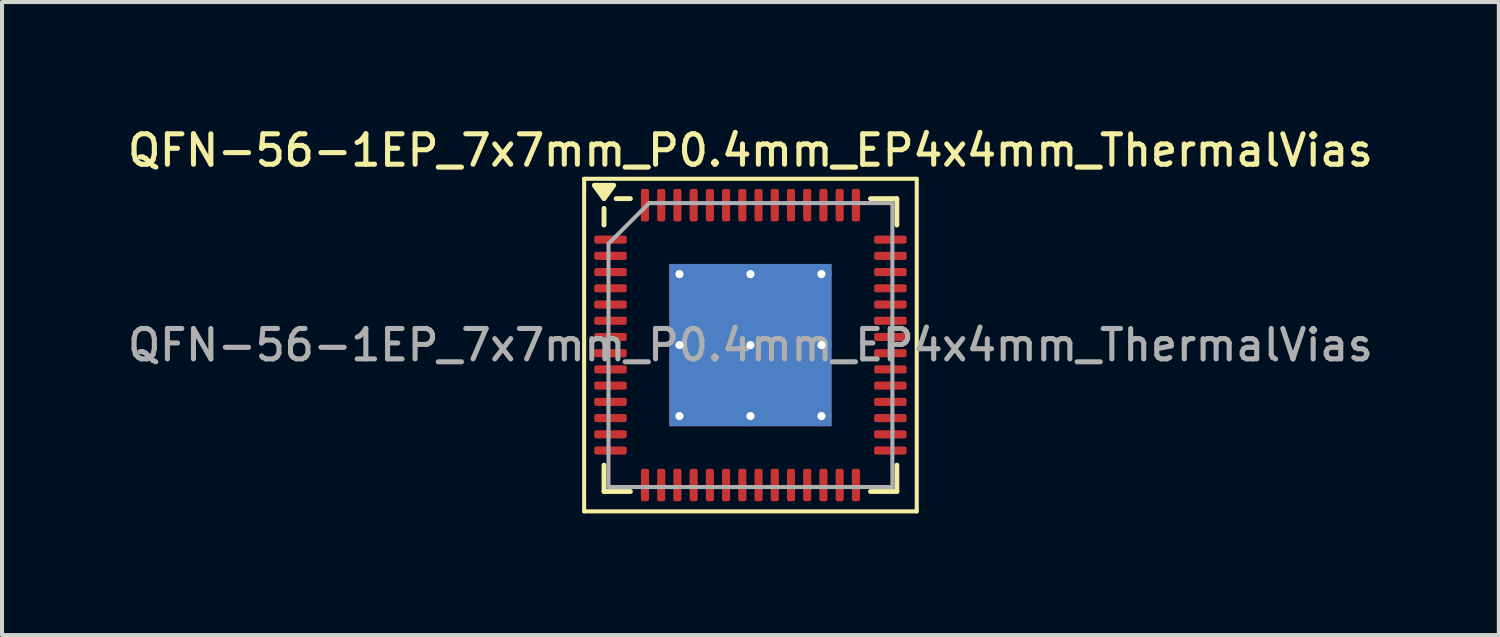
<source format=kicad_pcb>
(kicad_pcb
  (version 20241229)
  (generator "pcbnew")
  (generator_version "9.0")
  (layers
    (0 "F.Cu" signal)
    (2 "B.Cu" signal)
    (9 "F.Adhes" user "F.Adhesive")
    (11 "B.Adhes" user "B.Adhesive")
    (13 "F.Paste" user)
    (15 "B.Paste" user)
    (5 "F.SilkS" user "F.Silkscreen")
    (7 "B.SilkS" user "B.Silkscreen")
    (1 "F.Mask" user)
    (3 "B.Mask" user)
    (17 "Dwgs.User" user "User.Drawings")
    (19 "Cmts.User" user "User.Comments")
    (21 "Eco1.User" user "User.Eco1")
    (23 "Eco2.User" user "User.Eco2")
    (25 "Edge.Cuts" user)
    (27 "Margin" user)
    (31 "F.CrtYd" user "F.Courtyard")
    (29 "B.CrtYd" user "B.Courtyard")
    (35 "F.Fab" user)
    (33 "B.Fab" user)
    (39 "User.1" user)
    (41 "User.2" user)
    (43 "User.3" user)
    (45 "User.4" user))
  (footprint "QFN-56-1EP_7x7mm_P0.4mm_EP4x4mm_ThermalVias"
    (layer "F.Cu")
    (at 15.452 5.458)
    (property "Reference" "QFN-56-1EP_7x7mm_P0.4mm_EP4x4mm_ThermalVias" (at 0 -4.8 0) (layer "F.SilkS") (effects (font (size 0.75 0.75) (thickness 0.125))))
    (attr smd)
    (fp_line (start -4.1 -4.1) (end -4.1 4.1) (stroke (width 0.1) (type solid)) (layer "F.SilkS"))
    (fp_line (start -4.1 4.1) (end 4.1 4.1) (stroke (width 0.1) (type solid)) (layer "F.SilkS"))
    (fp_line (start -3.61 -2.96) (end -3.61 -3.37) (stroke (width 0.12) (type solid)) (layer "F.SilkS"))
    (fp_line (start -3.61 3.61) (end -3.61 2.96) (stroke (width 0.12) (type solid)) (layer "F.SilkS"))
    (fp_line (start -2.96 -3.61) (end -3.31 -3.61) (stroke (width 0.12) (type solid)) (layer "F.SilkS"))
    (fp_line (start -2.96 3.61) (end -3.61 3.61) (stroke (width 0.12) (type solid)) (layer "F.SilkS"))
    (fp_line (start 2.96 -3.61) (end 3.61 -3.61) (stroke (width 0.12) (type solid)) (layer "F.SilkS"))
    (fp_line (start 2.96 3.61) (end 3.61 3.61) (stroke (width 0.12) (type solid)) (layer "F.SilkS"))
    (fp_line (start 3.61 -3.61) (end 3.61 -2.96) (stroke (width 0.12) (type solid)) (layer "F.SilkS"))
    (fp_line (start 3.61 3.61) (end 3.61 2.96) (stroke (width 0.12) (type solid)) (layer "F.SilkS"))
    (fp_line (start 4.1 -4.1) (end -4.1 -4.1) (stroke (width 0.1) (type solid)) (layer "F.SilkS"))
    (fp_line (start 4.1 4.1) (end 4.1 -4.1) (stroke (width 0.1) (type solid)) (layer "F.SilkS"))
    (fp_poly (pts (xy -3.61 -3.61) (xy -3.85 -3.94) (xy -3.37 -3.94) (xy -3.61 -3.61)) (stroke (width 0.12) (type solid)) (fill yes) (layer "F.SilkS"))
    (fp_line (start -3.5 -2.5) (end -2.5 -3.5) (stroke (width 0.1) (type solid)) (layer "F.Fab"))
    (fp_line (start -3.5 3.5) (end -3.5 -2.5) (stroke (width 0.1) (type solid)) (layer "F.Fab"))
    (fp_line (start -2.5 -3.5) (end 3.5 -3.5) (stroke (width 0.1) (type solid)) (layer "F.Fab"))
    (fp_line (start 3.5 -3.5) (end 3.5 3.5) (stroke (width 0.1) (type solid)) (layer "F.Fab"))
    (fp_line (start 3.5 3.5) (end -3.5 3.5) (stroke (width 0.1) (type solid)) (layer "F.Fab"))
    (fp_text user "${REFERENCE}" (at 0 0 0) (layer "F.Fab") (effects (font (size 0.75 0.75) (thickness 0.125))))
    (pad "" smd roundrect (at -0.875 -0.875) (size 1.549 1.549) (layers "F.Paste") (roundrect_rratio 0.161))
    (pad "" smd roundrect (at -0.875 0.875) (size 1.549 1.549) (layers "F.Paste") (roundrect_rratio 0.161))
    (pad "" smd roundrect (at 0.875 -0.875) (size 1.549 1.549) (layers "F.Paste") (roundrect_rratio 0.161))
    (pad "" smd roundrect (at 0.875 0.875) (size 1.549 1.549) (layers "F.Paste") (roundrect_rratio 0.161))
    (pad "1" smd roundrect (at -3.45 -2.6) (size 0.8 0.2) (layers "F.Cu" "F.Mask" "F.Paste") (roundrect_rratio 0.25))
    (pad "2" smd roundrect (at -3.45 -2.2) (size 0.8 0.2) (layers "F.Cu" "F.Mask" "F.Paste") (roundrect_rratio 0.25))
    (pad "3" smd roundrect (at -3.45 -1.8) (size 0.8 0.2) (layers "F.Cu" "F.Mask" "F.Paste") (roundrect_rratio 0.25))
    (pad "4" smd roundrect (at -3.45 -1.4) (size 0.8 0.2) (layers "F.Cu" "F.Mask" "F.Paste") (roundrect_rratio 0.25))
    (pad "5" smd roundrect (at -3.45 -1) (size 0.8 0.2) (layers "F.Cu" "F.Mask" "F.Paste") (roundrect_rratio 0.25))
    (pad "6" smd roundrect (at -3.45 -0.6) (size 0.8 0.2) (layers "F.Cu" "F.Mask" "F.Paste") (roundrect_rratio 0.25))
    (pad "7" smd roundrect (at -3.45 -0.2) (size 0.8 0.2) (layers "F.Cu" "F.Mask" "F.Paste") (roundrect_rratio 0.25))
    (pad "8" smd roundrect (at -3.45 0.2) (size 0.8 0.2) (layers "F.Cu" "F.Mask" "F.Paste") (roundrect_rratio 0.25))
    (pad "9" smd roundrect (at -3.45 0.6) (size 0.8 0.2) (layers "F.Cu" "F.Mask" "F.Paste") (roundrect_rratio 0.25))
    (pad "10" smd roundrect (at -3.45 1) (size 0.8 0.2) (layers "F.Cu" "F.Mask" "F.Paste") (roundrect_rratio 0.25))
    (pad "11" smd roundrect (at -3.45 1.4) (size 0.8 0.2) (layers "F.Cu" "F.Mask" "F.Paste") (roundrect_rratio 0.25))
    (pad "12" smd roundrect (at -3.45 1.8) (size 0.8 0.2) (layers "F.Cu" "F.Mask" "F.Paste") (roundrect_rratio 0.25))
    (pad "13" smd roundrect (at -3.45 2.2) (size 0.8 0.2) (layers "F.Cu" "F.Mask" "F.Paste") (roundrect_rratio 0.25))
    (pad "14" smd roundrect (at -3.45 2.6) (size 0.8 0.2) (layers "F.Cu" "F.Mask" "F.Paste") (roundrect_rratio 0.25))
    (pad "15" smd roundrect (at -2.6 3.45) (size 0.2 0.8) (layers "F.Cu" "F.Mask" "F.Paste") (roundrect_rratio 0.25))
    (pad "16" smd roundrect (at -2.2 3.45) (size 0.2 0.8) (layers "F.Cu" "F.Mask" "F.Paste") (roundrect_rratio 0.25))
    (pad "17" smd roundrect (at -1.8 3.45) (size 0.2 0.8) (layers "F.Cu" "F.Mask" "F.Paste") (roundrect_rratio 0.25))
    (pad "18" smd roundrect (at -1.4 3.45) (size 0.2 0.8) (layers "F.Cu" "F.Mask" "F.Paste") (roundrect_rratio 0.25))
    (pad "19" smd roundrect (at -1 3.45) (size 0.2 0.8) (layers "F.Cu" "F.Mask" "F.Paste") (roundrect_rratio 0.25))
    (pad "20" smd roundrect (at -0.6 3.45) (size 0.2 0.8) (layers "F.Cu" "F.Mask" "F.Paste") (roundrect_rratio 0.25))
    (pad "21" smd roundrect (at -0.2 3.45) (size 0.2 0.8) (layers "F.Cu" "F.Mask" "F.Paste") (roundrect_rratio 0.25))
    (pad "22" smd roundrect (at 0.2 3.45) (size 0.2 0.8) (layers "F.Cu" "F.Mask" "F.Paste") (roundrect_rratio 0.25))
    (pad "23" smd roundrect (at 0.6 3.45) (size 0.2 0.8) (layers "F.Cu" "F.Mask" "F.Paste") (roundrect_rratio 0.25))
    (pad "24" smd roundrect (at 1 3.45) (size 0.2 0.8) (layers "F.Cu" "F.Mask" "F.Paste") (roundrect_rratio 0.25))
    (pad "25" smd roundrect (at 1.4 3.45) (size 0.2 0.8) (layers "F.Cu" "F.Mask" "F.Paste") (roundrect_rratio 0.25))
    (pad "26" smd roundrect (at 1.8 3.45) (size 0.2 0.8) (layers "F.Cu" "F.Mask" "F.Paste") (roundrect_rratio 0.25))
    (pad "27" smd roundrect (at 2.2 3.45) (size 0.2 0.8) (layers "F.Cu" "F.Mask" "F.Paste") (roundrect_rratio 0.25))
    (pad "28" smd roundrect (at 2.6 3.45) (size 0.2 0.8) (layers "F.Cu" "F.Mask" "F.Paste") (roundrect_rratio 0.25))
    (pad "29" smd roundrect (at 3.45 2.6) (size 0.8 0.2) (layers "F.Cu" "F.Mask" "F.Paste") (roundrect_rratio 0.25))
    (pad "30" smd roundrect (at 3.45 2.2) (size 0.8 0.2) (layers "F.Cu" "F.Mask" "F.Paste") (roundrect_rratio 0.25))
    (pad "31" smd roundrect (at 3.45 1.8) (size 0.8 0.2) (layers "F.Cu" "F.Mask" "F.Paste") (roundrect_rratio 0.25))
    (pad "32" smd roundrect (at 3.45 1.4) (size 0.8 0.2) (layers "F.Cu" "F.Mask" "F.Paste") (roundrect_rratio 0.25))
    (pad "33" smd roundrect (at 3.45 1) (size 0.8 0.2) (layers "F.Cu" "F.Mask" "F.Paste") (roundrect_rratio 0.25))
    (pad "34" smd roundrect (at 3.45 0.6) (size 0.8 0.2) (layers "F.Cu" "F.Mask" "F.Paste") (roundrect_rratio 0.25))
    (pad "35" smd roundrect (at 3.45 0.2) (size 0.8 0.2) (layers "F.Cu" "F.Mask" "F.Paste") (roundrect_rratio 0.25))
    (pad "36" smd roundrect (at 3.45 -0.2) (size 0.8 0.2) (layers "F.Cu" "F.Mask" "F.Paste") (roundrect_rratio 0.25))
    (pad "37" smd roundrect (at 3.45 -0.6) (size 0.8 0.2) (layers "F.Cu" "F.Mask" "F.Paste") (roundrect_rratio 0.25))
    (pad "38" smd roundrect (at 3.45 -1) (size 0.8 0.2) (layers "F.Cu" "F.Mask" "F.Paste") (roundrect_rratio 0.25))
    (pad "39" smd roundrect (at 3.45 -1.4) (size 0.8 0.2) (layers "F.Cu" "F.Mask" "F.Paste") (roundrect_rratio 0.25))
    (pad "40" smd roundrect (at 3.45 -1.8) (size 0.8 0.2) (layers "F.Cu" "F.Mask" "F.Paste") (roundrect_rratio 0.25))
    (pad "41" smd roundrect (at 3.45 -2.2) (size 0.8 0.2) (layers "F.Cu" "F.Mask" "F.Paste") (roundrect_rratio 0.25))
    (pad "42" smd roundrect (at 3.45 -2.6) (size 0.8 0.2) (layers "F.Cu" "F.Mask" "F.Paste") (roundrect_rratio 0.25))
    (pad "43" smd roundrect (at 2.6 -3.45) (size 0.2 0.8) (layers "F.Cu" "F.Mask" "F.Paste") (roundrect_rratio 0.25))
    (pad "44" smd roundrect (at 2.2 -3.45) (size 0.2 0.8) (layers "F.Cu" "F.Mask" "F.Paste") (roundrect_rratio 0.25))
    (pad "45" smd roundrect (at 1.8 -3.45) (size 0.2 0.8) (layers "F.Cu" "F.Mask" "F.Paste") (roundrect_rratio 0.25))
    (pad "46" smd roundrect (at 1.4 -3.45) (size 0.2 0.8) (layers "F.Cu" "F.Mask" "F.Paste") (roundrect_rratio 0.25))
    (pad "47" smd roundrect (at 1 -3.45) (size 0.2 0.8) (layers "F.Cu" "F.Mask" "F.Paste") (roundrect_rratio 0.25))
    (pad "48" smd roundrect (at 0.6 -3.45) (size 0.2 0.8) (layers "F.Cu" "F.Mask" "F.Paste") (roundrect_rratio 0.25))
    (pad "49" smd roundrect (at 0.2 -3.45) (size 0.2 0.8) (layers "F.Cu" "F.Mask" "F.Paste") (roundrect_rratio 0.25))
    (pad "50" smd roundrect (at -0.2 -3.45) (size 0.2 0.8) (layers "F.Cu" "F.Mask" "F.Paste") (roundrect_rratio 0.25))
    (pad "51" smd roundrect (at -0.6 -3.45) (size 0.2 0.8) (layers "F.Cu" "F.Mask" "F.Paste") (roundrect_rratio 0.25))
    (pad "52" smd roundrect (at -1 -3.45) (size 0.2 0.8) (layers "F.Cu" "F.Mask" "F.Paste") (roundrect_rratio 0.25))
    (pad "53" smd roundrect (at -1.4 -3.45) (size 0.2 0.8) (layers "F.Cu" "F.Mask" "F.Paste") (roundrect_rratio 0.25))
    (pad "54" smd roundrect (at -1.8 -3.45) (size 0.2 0.8) (layers "F.Cu" "F.Mask" "F.Paste") (roundrect_rratio 0.25))
    (pad "55" smd roundrect (at -2.2 -3.45) (size 0.2 0.8) (layers "F.Cu" "F.Mask" "F.Paste") (roundrect_rratio 0.25))
    (pad "56" smd roundrect (at -2.6 -3.45) (size 0.2 0.8) (layers "F.Cu" "F.Mask" "F.Paste") (roundrect_rratio 0.25))
    (pad "57" thru_hole circle (at -1.75 -1.75) (size 0.5 0.5) (drill 0.2) (property pad_prop_heatsink) (layers "*.Cu"))
    (pad "57" thru_hole circle (at -1.75 0) (size 0.5 0.5) (drill 0.2) (property pad_prop_heatsink) (layers "*.Cu"))
    (pad "57" thru_hole circle (at -1.75 1.75) (size 0.5 0.5) (drill 0.2) (property pad_prop_heatsink) (layers "*.Cu"))
    (pad "57" thru_hole circle (at 0 -1.75) (size 0.5 0.5) (drill 0.2) (property pad_prop_heatsink) (layers "*.Cu"))
    (pad "57" thru_hole circle (at 0 0) (size 0.5 0.5) (drill 0.2) (property pad_prop_heatsink) (layers "*.Cu"))
    (pad "57" smd rect (at 0 0) (size 4 4) (property pad_prop_heatsink) (layers "F.Cu" "F.Mask"))
    (pad "57" smd rect (at 0 0) (size 4 4) (property pad_prop_heatsink) (layers "B.Cu"))
    (pad "57" thru_hole circle (at 0 1.75) (size 0.5 0.5) (drill 0.2) (property pad_prop_heatsink) (layers "*.Cu"))
    (pad "57" thru_hole circle (at 1.75 -1.75) (size 0.5 0.5) (drill 0.2) (property pad_prop_heatsink) (layers "*.Cu"))
    (pad "57" thru_hole circle (at 1.75 0) (size 0.5 0.5) (drill 0.2) (property pad_prop_heatsink) (layers "*.Cu"))
    (pad "57" thru_hole circle (at 1.75 1.75) (size 0.5 0.5) (drill 0.2) (property pad_prop_heatsink) (layers "*.Cu")))
  (gr_rect
    (start -3 -3)
    (end 33.904 12.608)
    (stroke (width 0.1) (type default))
    (fill no)
    (layer "Edge.Cuts")))
</source>
